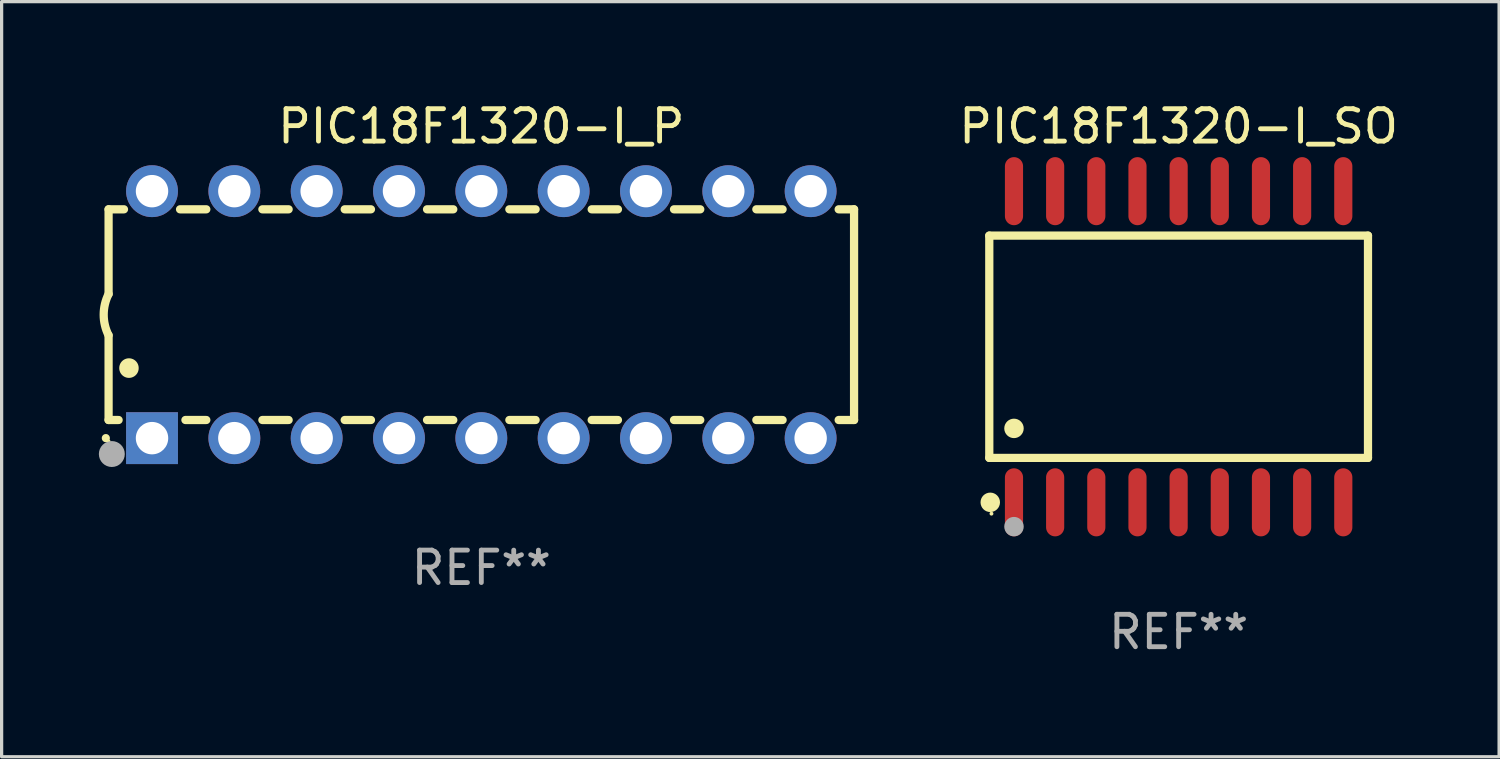
<source format=kicad_pcb>
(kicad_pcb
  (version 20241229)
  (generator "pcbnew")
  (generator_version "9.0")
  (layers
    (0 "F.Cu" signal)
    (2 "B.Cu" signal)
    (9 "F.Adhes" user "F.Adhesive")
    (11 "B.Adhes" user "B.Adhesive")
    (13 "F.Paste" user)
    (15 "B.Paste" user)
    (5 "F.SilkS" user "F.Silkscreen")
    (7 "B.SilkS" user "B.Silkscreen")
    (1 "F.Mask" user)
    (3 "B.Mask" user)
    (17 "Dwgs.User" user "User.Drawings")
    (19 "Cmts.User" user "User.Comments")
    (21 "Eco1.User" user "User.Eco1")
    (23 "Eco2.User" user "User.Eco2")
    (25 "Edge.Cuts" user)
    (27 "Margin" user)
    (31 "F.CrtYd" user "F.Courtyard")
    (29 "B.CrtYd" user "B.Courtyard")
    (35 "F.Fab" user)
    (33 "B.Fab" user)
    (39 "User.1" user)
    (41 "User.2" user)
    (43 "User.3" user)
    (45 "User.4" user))
  (footprint "PIC18F1320-I_P"
    (layer "F.Cu")
    (at 11.8 6.658)
    (property "Reference" "PIC18F1320-I_P" (at 0 -5.81 0) (layer "F.SilkS") (effects (font (size 1 1) (thickness 0.15))))
    (attr through_hole)
    (fp_line (start -11.5 -3.25) (end -11.5 -0.635) (stroke (width 0.254) (type solid)) (layer "F.SilkS"))
    (fp_line (start -11.5 3.25) (end -11.5 0.635) (stroke (width 0.254) (type solid)) (layer "F.SilkS"))
    (fp_line (start -11.5 3.25) (end -11.191 3.25) (stroke (width 0.254) (type solid)) (layer "F.SilkS"))
    (fp_line (start -11.025 -3.25) (end -11.5 -3.25) (stroke (width 0.254) (type solid)) (layer "F.SilkS"))
    (fp_line (start -9.129 3.25) (end -8.485 3.25) (stroke (width 0.254) (type solid)) (layer "F.SilkS"))
    (fp_line (start -8.485 -3.25) (end -9.295 -3.25) (stroke (width 0.254) (type solid)) (layer "F.SilkS"))
    (fp_line (start -6.755 3.25) (end -5.945 3.25) (stroke (width 0.254) (type solid)) (layer "F.SilkS"))
    (fp_line (start -5.945 -3.25) (end -6.755 -3.25) (stroke (width 0.254) (type solid)) (layer "F.SilkS"))
    (fp_line (start -4.215 3.25) (end -3.405 3.25) (stroke (width 0.254) (type solid)) (layer "F.SilkS"))
    (fp_line (start -3.405 -3.25) (end -4.215 -3.25) (stroke (width 0.254) (type solid)) (layer "F.SilkS"))
    (fp_line (start -1.675 3.25) (end -0.865 3.25) (stroke (width 0.254) (type solid)) (layer "F.SilkS"))
    (fp_line (start -0.865 -3.25) (end -1.675 -3.25) (stroke (width 0.254) (type solid)) (layer "F.SilkS"))
    (fp_line (start 0.865 3.25) (end 1.675 3.25) (stroke (width 0.254) (type solid)) (layer "F.SilkS"))
    (fp_line (start 1.675 -3.25) (end 0.865 -3.25) (stroke (width 0.254) (type solid)) (layer "F.SilkS"))
    (fp_line (start 3.405 3.25) (end 4.215 3.25) (stroke (width 0.254) (type solid)) (layer "F.SilkS"))
    (fp_line (start 4.215 -3.25) (end 3.405 -3.25) (stroke (width 0.254) (type solid)) (layer "F.SilkS"))
    (fp_line (start 5.945 3.25) (end 6.755 3.25) (stroke (width 0.254) (type solid)) (layer "F.SilkS"))
    (fp_line (start 6.755 -3.25) (end 5.945 -3.25) (stroke (width 0.254) (type solid)) (layer "F.SilkS"))
    (fp_line (start 8.485 3.25) (end 9.295 3.25) (stroke (width 0.254) (type solid)) (layer "F.SilkS"))
    (fp_line (start 9.295 -3.25) (end 8.485 -3.25) (stroke (width 0.254) (type solid)) (layer "F.SilkS"))
    (fp_line (start 11.025 3.25) (end 11.5 3.25) (stroke (width 0.254) (type solid)) (layer "F.SilkS"))
    (fp_line (start 11.5 -3.25) (end 11.025 -3.25) (stroke (width 0.254) (type solid)) (layer "F.SilkS"))
    (fp_line (start 11.5 -3.25) (end 11.5 3.25) (stroke (width 0.254) (type solid)) (layer "F.SilkS"))
    (fp_arc (start -11.584963 3.810008) (mid -11.58497 3.808738) (end -11.584963 3.807468) (stroke (width 0.25) (type solid)) (layer "F.SilkS"))
    (fp_arc (start -11.501143 0.635001) (mid -11.650665 -0.000132) (end -11.500025 -0.635001) (stroke (width 0.254001) (type solid)) (layer "F.SilkS"))
    (fp_arc (start -10.871222 1.651003) (mid -10.871233 1.648463) (end -10.871222 1.645923) (stroke (width 0.6) (type solid)) (layer "F.SilkS"))
    (fp_circle (center -11.5 3.91) (end -11.47 3.91) (stroke (width 0.06) (type solid)) (fill no) (layer "F.SilkS"))
    (fp_circle (center -11.4 4.3) (end -11.2 4.3) (stroke (width 0.4) (type solid)) (fill no) (layer "F.Fab"))
    (fp_text user "REF**" (at 0 7.81 0) (layer "F.Fab") (effects (font (size 1 1) (thickness 0.15))))
    (pad "1" thru_hole rect (at -10.16 3.81 90) (size 1.6 1.6) (drill 1) (layers "*.Cu" "*.Mask"))
    (pad "2" thru_hole circle (at -7.62 3.81 90) (size 1.6 1.6) (drill 1) (layers "*.Cu" "*.Mask"))
    (pad "3" thru_hole circle (at -5.08 3.81 90) (size 1.6 1.6) (drill 1) (layers "*.Cu" "*.Mask"))
    (pad "4" thru_hole circle (at -2.54 3.81 90) (size 1.6 1.6) (drill 1) (layers "*.Cu" "*.Mask"))
    (pad "5" thru_hole circle (at 0 3.81 90) (size 1.6 1.6) (drill 1) (layers "*.Cu" "*.Mask"))
    (pad "6" thru_hole circle (at 2.54 3.81 90) (size 1.6 1.6) (drill 1) (layers "*.Cu" "*.Mask"))
    (pad "7" thru_hole circle (at 5.08 3.81 90) (size 1.6 1.6) (drill 1) (layers "*.Cu" "*.Mask"))
    (pad "8" thru_hole circle (at 7.62 3.81 90) (size 1.6 1.6) (drill 1) (layers "*.Cu" "*.Mask"))
    (pad "9" thru_hole circle (at 10.16 3.81 90) (size 1.6 1.6) (drill 1) (layers "*.Cu" "*.Mask"))
    (pad "10" thru_hole circle (at 10.16 -3.81 90) (size 1.6 1.6) (drill 1) (layers "*.Cu" "*.Mask"))
    (pad "11" thru_hole circle (at 7.62 -3.81 90) (size 1.6 1.6) (drill 1) (layers "*.Cu" "*.Mask"))
    (pad "12" thru_hole circle (at 5.08 -3.81 90) (size 1.6 1.6) (drill 1) (layers "*.Cu" "*.Mask"))
    (pad "13" thru_hole circle (at 2.54 -3.81 90) (size 1.6 1.6) (drill 1) (layers "*.Cu" "*.Mask"))
    (pad "14" thru_hole circle (at 0 -3.81 90) (size 1.6 1.6) (drill 1) (layers "*.Cu" "*.Mask"))
    (pad "15" thru_hole circle (at -2.54 -3.81 90) (size 1.6 1.6) (drill 1) (layers "*.Cu" "*.Mask"))
    (pad "16" thru_hole circle (at -5.08 -3.81 90) (size 1.6 1.6) (drill 1) (layers "*.Cu" "*.Mask"))
    (pad "17" thru_hole circle (at -7.62 -3.81 90) (size 1.6 1.6) (drill 1) (layers "*.Cu" "*.Mask"))
    (pad "18" thru_hole circle (at -10.16 -3.81 90) (size 1.6 1.6) (drill 1) (layers "*.Cu" "*.Mask")))
  (footprint "PIC18F1320-I_SO"
    (layer "F.Cu")
    (at 33.314 7.648)
    (property "Reference" "PIC18F1320-I_SO" (at 0 -6.8 0) (layer "F.SilkS") (effects (font (size 1 1) (thickness 0.15))))
    (attr through_hole)
    (fp_line (start -5.842 -3.429) (end -5.842 3.429) (stroke (width 0.254) (type solid)) (layer "F.SilkS"))
    (fp_line (start -5.842 3.429) (end 5.842 3.429) (stroke (width 0.254) (type solid)) (layer "F.SilkS"))
    (fp_line (start 5.842 -3.429) (end -5.842 -3.429) (stroke (width 0.254) (type solid)) (layer "F.SilkS"))
    (fp_line (start 5.842 3.429) (end 5.842 -3.429) (stroke (width 0.254) (type solid)) (layer "F.SilkS"))
    (fp_circle (center -5.812 4.8) (end -5.662 4.8) (stroke (width 0.3) (type solid)) (fill no) (layer "F.SilkS"))
    (fp_circle (center -5.775 5.15) (end -5.745 5.15) (stroke (width 0.06) (type solid)) (fill no) (layer "F.SilkS"))
    (fp_circle (center -5.08 2.519) (end -4.93 2.519) (stroke (width 0.3) (type solid)) (fill no) (layer "F.SilkS"))
    (fp_circle (center -5.08 5.55) (end -4.93 5.55) (stroke (width 0.3) (type solid)) (fill no) (layer "F.Fab"))
    (fp_text user "REF**" (at 0 8.8 0) (layer "F.Fab") (effects (font (size 1 1) (thickness 0.15))))
    (pad "1" smd oval (at -5.08 4.8) (size 0.56 2.1) (layers "F.Cu" "F.Mask" "F.Paste"))
    (pad "2" smd oval (at -3.81 4.8) (size 0.56 2.1) (layers "F.Cu" "F.Mask" "F.Paste"))
    (pad "3" smd oval (at -2.54 4.8) (size 0.56 2.1) (layers "F.Cu" "F.Mask" "F.Paste"))
    (pad "4" smd oval (at -1.27 4.8) (size 0.56 2.1) (layers "F.Cu" "F.Mask" "F.Paste"))
    (pad "5" smd oval (at 0 4.8) (size 0.56 2.1) (layers "F.Cu" "F.Mask" "F.Paste"))
    (pad "6" smd oval (at 1.27 4.8) (size 0.56 2.1) (layers "F.Cu" "F.Mask" "F.Paste"))
    (pad "7" smd oval (at 2.54 4.8) (size 0.56 2.1) (layers "F.Cu" "F.Mask" "F.Paste"))
    (pad "8" smd oval (at 3.81 4.8) (size 0.56 2.1) (layers "F.Cu" "F.Mask" "F.Paste"))
    (pad "9" smd oval (at 5.08 4.8) (size 0.56 2.1) (layers "F.Cu" "F.Mask" "F.Paste"))
    (pad "10" smd oval (at 5.08 -4.8) (size 0.56 2.1) (layers "F.Cu" "F.Mask" "F.Paste"))
    (pad "11" smd oval (at 3.81 -4.8) (size 0.56 2.1) (layers "F.Cu" "F.Mask" "F.Paste"))
    (pad "12" smd oval (at 2.54 -4.8) (size 0.56 2.1) (layers "F.Cu" "F.Mask" "F.Paste"))
    (pad "13" smd oval (at 1.27 -4.8) (size 0.56 2.1) (layers "F.Cu" "F.Mask" "F.Paste"))
    (pad "14" smd oval (at 0 -4.8) (size 0.56 2.1) (layers "F.Cu" "F.Mask" "F.Paste"))
    (pad "15" smd oval (at -1.27 -4.8) (size 0.56 2.1) (layers "F.Cu" "F.Mask" "F.Paste"))
    (pad "16" smd oval (at -2.54 -4.8) (size 0.56 2.1) (layers "F.Cu" "F.Mask" "F.Paste"))
    (pad "17" smd oval (at -3.81 -4.8) (size 0.56 2.1) (layers "F.Cu" "F.Mask" "F.Paste"))
    (pad "18" smd oval (at -5.08 -4.8) (size 0.56 2.1) (layers "F.Cu" "F.Mask" "F.Paste")))
  (gr_rect
    (start -3 -3)
    (end 43.201 20.297)
    (stroke (width 0.1) (type default))
    (fill no)
    (layer "Edge.Cuts")))
</source>
